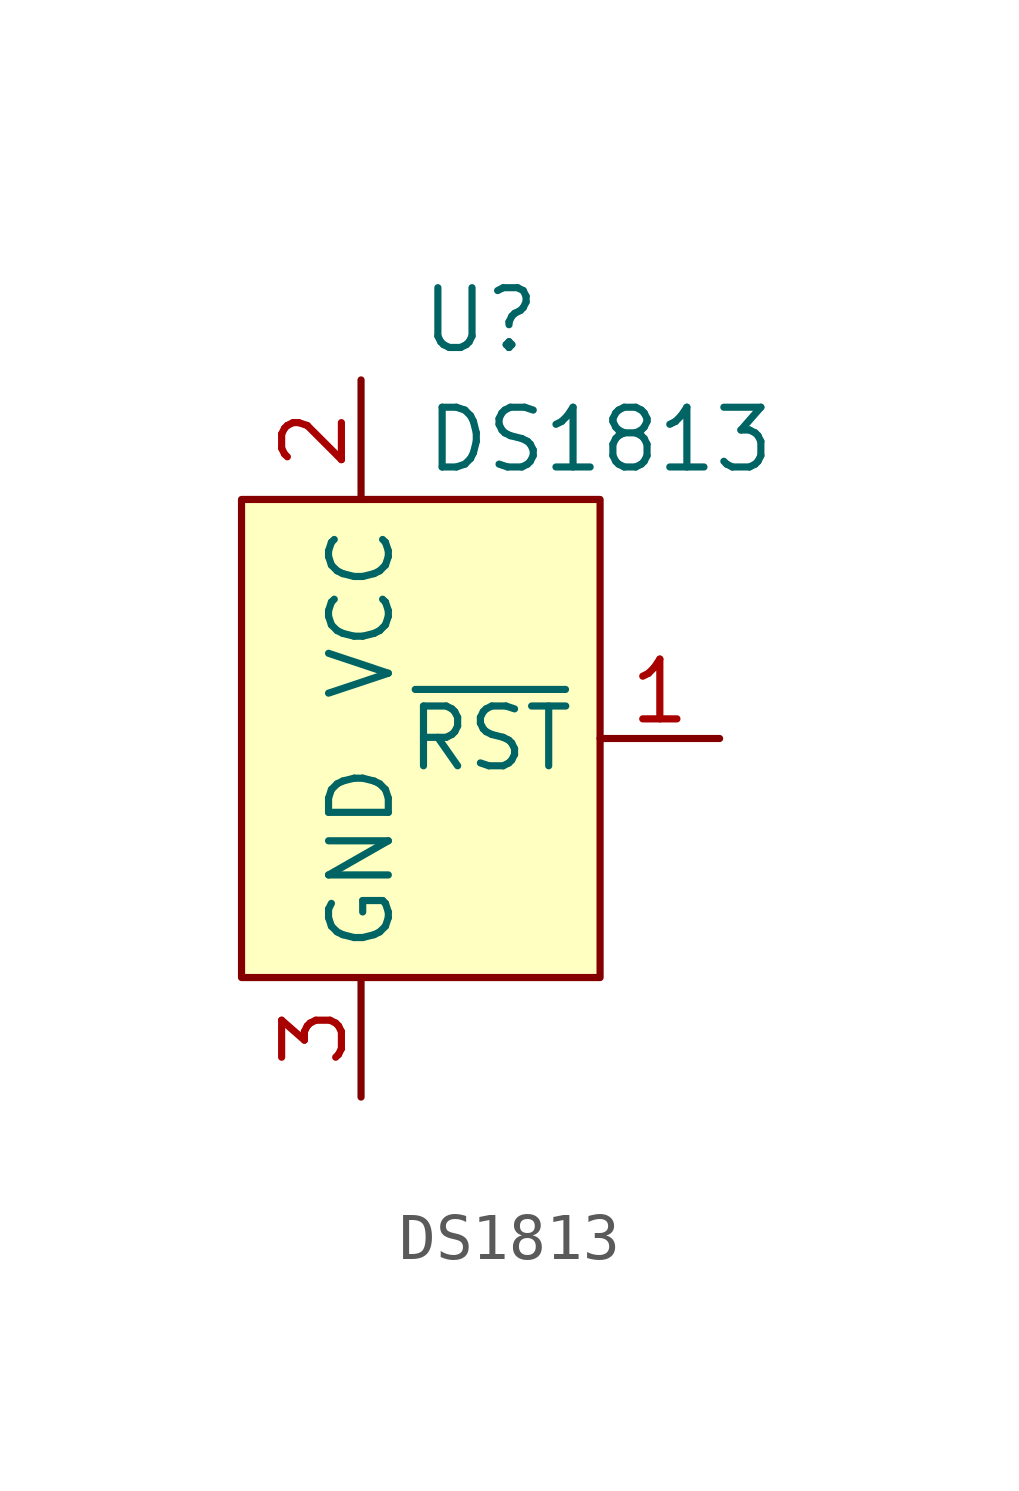
<source format=kicad_sym>
(kicad_symbol_lib
  (version 20211014)
  (generator kicad_symbol_editor)
  (symbol "DS1813"
    (property "Reference" "U"
      (at 2.54 8.89 0)
      (effects (font (size 1.27 1.27))))
    (property "Value" "DS1813"
      (at 5.08 6.35 0)
      (effects (font (size 1.27 1.27))))
    (symbol "DS1813_0_0"
      (pin bidirectional line (at 7.62 0 180) (length 2.54) (name "~{RST}" (effects (font (size 1.27 1.27)))) (number "1" (effects (font (size 1.27 1.27)))))
      (pin power_in line (at 0 7.62 270) (length 2.54) (name "VCC" (effects (font (size 1.27 1.27)))) (number "2" (effects (font (size 1.27 1.27)))))
      (pin power_in line (at 0 -7.62 90) (length 2.54) (name "GND" (effects (font (size 1.27 1.27)))) (number "3" (effects (font (size 1.27 1.27))))))
    (symbol "DS1813_0_1"
      (rectangle (start -2.54 -5.08) (end 5.08 5.08) (stroke (width 0) (type default) (color 0 0 0 0)) (fill (type background))))))
</source>
